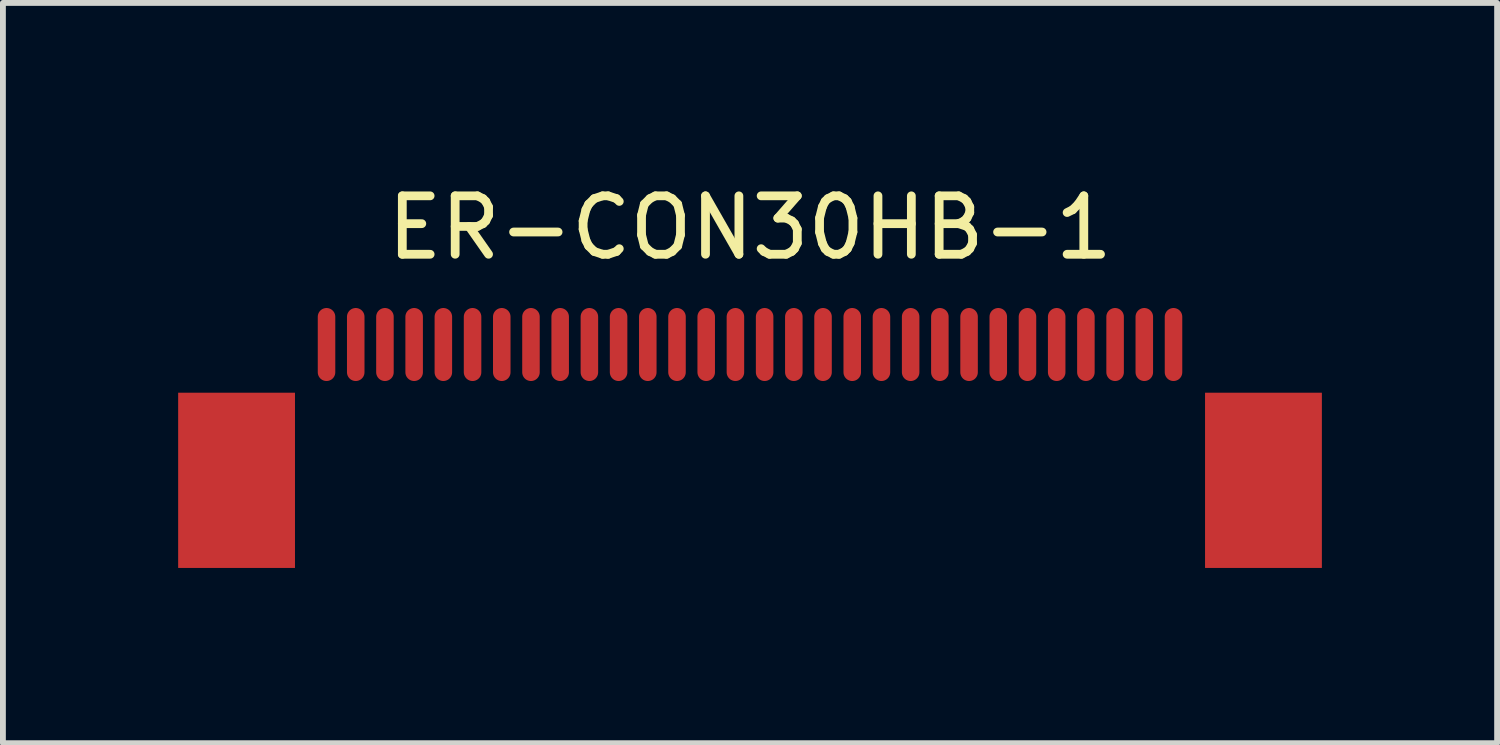
<source format=kicad_pcb>
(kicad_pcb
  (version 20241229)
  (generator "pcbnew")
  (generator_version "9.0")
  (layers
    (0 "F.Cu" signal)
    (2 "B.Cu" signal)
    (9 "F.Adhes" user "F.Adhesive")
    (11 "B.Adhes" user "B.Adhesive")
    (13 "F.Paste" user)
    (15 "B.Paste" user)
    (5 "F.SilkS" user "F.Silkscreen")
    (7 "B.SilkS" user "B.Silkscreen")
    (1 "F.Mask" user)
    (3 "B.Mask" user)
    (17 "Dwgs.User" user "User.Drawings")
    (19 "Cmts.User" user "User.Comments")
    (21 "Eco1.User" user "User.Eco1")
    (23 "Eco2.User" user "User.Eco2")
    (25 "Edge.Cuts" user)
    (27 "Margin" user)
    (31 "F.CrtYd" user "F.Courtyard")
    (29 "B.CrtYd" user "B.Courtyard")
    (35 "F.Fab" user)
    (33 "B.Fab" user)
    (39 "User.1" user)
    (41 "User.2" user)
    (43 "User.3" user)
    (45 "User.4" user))
  (footprint "ER-CON30HB-1"
    (layer "F.Cu")
    (at 9.79 2.848)
    (property "Reference" "ER-CON30HB-1" (at 0 -2 0) (layer "F.SilkS") (effects (font (size 1 1) (thickness 0.15))))
    (attr through_hole)
    (fp_circle (center -9.25 1.4) (end -9 1.4) (stroke (width 0.5) (type solid)) (fill no) (layer "F.Paste"))
    (fp_circle (center -9.25 2.7) (end -9 2.7) (stroke (width 0.5) (type solid)) (fill no) (layer "F.Paste"))
    (fp_circle (center -8.35 2) (end -8.1 2) (stroke (width 0.5) (type solid)) (fill no) (layer "F.Paste"))
    (fp_circle (center -8.35 3.3) (end -8.1 3.3) (stroke (width 0.5) (type solid)) (fill no) (layer "F.Paste"))
    (fp_circle (center 8.3 1.4) (end 8.55 1.4) (stroke (width 0.5) (type solid)) (fill no) (layer "F.Paste"))
    (fp_circle (center 8.3 2.7) (end 8.55 2.7) (stroke (width 0.5) (type solid)) (fill no) (layer "F.Paste"))
    (fp_circle (center 9.2 2) (end 9.45 2) (stroke (width 0.5) (type solid)) (fill no) (layer "F.Paste"))
    (fp_circle (center 9.2 3.3) (end 9.45 3.3) (stroke (width 0.5) (type solid)) (fill no) (layer "F.Paste"))
    (pad "1" smd oval (at 7.25 0 180) (size 0.3 1.25) (layers "F.Cu" "F.Mask" "F.Paste"))
    (pad "2" smd oval (at 6.75 0 180) (size 0.3 1.25) (layers "F.Cu" "F.Mask" "F.Paste"))
    (pad "3" smd oval (at 6.25 0 180) (size 0.3 1.25) (layers "F.Cu" "F.Mask" "F.Paste"))
    (pad "4" smd oval (at 5.75 0 180) (size 0.3 1.25) (layers "F.Cu" "F.Mask" "F.Paste"))
    (pad "5" smd oval (at 5.25 0 180) (size 0.3 1.25) (layers "F.Cu" "F.Mask" "F.Paste"))
    (pad "6" smd oval (at 4.75 0 180) (size 0.3 1.25) (layers "F.Cu" "F.Mask" "F.Paste"))
    (pad "7" smd oval (at 4.25 0 180) (size 0.3 1.25) (layers "F.Cu" "F.Mask" "F.Paste"))
    (pad "8" smd oval (at 3.75 0 180) (size 0.3 1.25) (layers "F.Cu" "F.Mask" "F.Paste"))
    (pad "9" smd oval (at 3.25 0 180) (size 0.3 1.25) (layers "F.Cu" "F.Mask" "F.Paste"))
    (pad "10" smd oval (at 2.75 0 180) (size 0.3 1.25) (layers "F.Cu" "F.Mask" "F.Paste"))
    (pad "11" smd oval (at 2.25 0 180) (size 0.3 1.25) (layers "F.Cu" "F.Mask" "F.Paste"))
    (pad "12" smd oval (at 1.75 0 180) (size 0.3 1.25) (layers "F.Cu" "F.Mask" "F.Paste"))
    (pad "13" smd oval (at 1.25 0 180) (size 0.3 1.25) (layers "F.Cu" "F.Mask" "F.Paste"))
    (pad "14" smd oval (at 0.75 0 180) (size 0.3 1.25) (layers "F.Cu" "F.Mask" "F.Paste"))
    (pad "15" smd oval (at 0.25 0 180) (size 0.3 1.25) (layers "F.Cu" "F.Mask" "F.Paste"))
    (pad "16" smd oval (at -0.25 0 180) (size 0.3 1.25) (layers "F.Cu" "F.Mask" "F.Paste"))
    (pad "17" smd oval (at -0.75 0 180) (size 0.3 1.25) (layers "F.Cu" "F.Mask" "F.Paste"))
    (pad "18" smd oval (at -1.25 0 180) (size 0.3 1.25) (layers "F.Cu" "F.Mask" "F.Paste"))
    (pad "19" smd oval (at -1.75 0 180) (size 0.3 1.25) (layers "F.Cu" "F.Mask" "F.Paste"))
    (pad "20" smd oval (at -2.25 0 180) (size 0.3 1.25) (layers "F.Cu" "F.Mask" "F.Paste"))
    (pad "21" smd oval (at -2.75 0 180) (size 0.3 1.25) (layers "F.Cu" "F.Mask" "F.Paste"))
    (pad "22" smd oval (at -3.25 0 180) (size 0.3 1.25) (layers "F.Cu" "F.Mask" "F.Paste"))
    (pad "23" smd oval (at -3.75 0 180) (size 0.3 1.25) (layers "F.Cu" "F.Mask" "F.Paste"))
    (pad "24" smd oval (at -4.25 0 180) (size 0.3 1.25) (layers "F.Cu" "F.Mask" "F.Paste"))
    (pad "25" smd oval (at -4.75 0 180) (size 0.3 1.25) (layers "F.Cu" "F.Mask" "F.Paste"))
    (pad "26" smd oval (at -5.25 0 180) (size 0.3 1.25) (layers "F.Cu" "F.Mask" "F.Paste"))
    (pad "27" smd oval (at -5.75 0 180) (size 0.3 1.25) (layers "F.Cu" "F.Mask" "F.Paste"))
    (pad "28" smd oval (at -6.25 0 180) (size 0.3 1.25) (layers "F.Cu" "F.Mask" "F.Paste"))
    (pad "29" smd oval (at -6.75 0 180) (size 0.3 1.25) (layers "F.Cu" "F.Mask" "F.Paste"))
    (pad "30" smd oval (at -7.25 0 180) (size 0.3 1.25) (layers "F.Cu" "F.Mask" "F.Paste"))
    (pad "31" smd rect (at -8.79 2.325) (size 2 3) (layers "F.Cu" "F.Mask"))
    (pad "31" smd rect (at 8.79 2.325) (size 2 3) (layers "F.Cu" "F.Mask")))
  (gr_rect
    (start -3 -3)
    (end 22.58 9.673)
    (stroke (width 0.1) (type default))
    (fill no)
    (layer "Edge.Cuts")))
</source>
